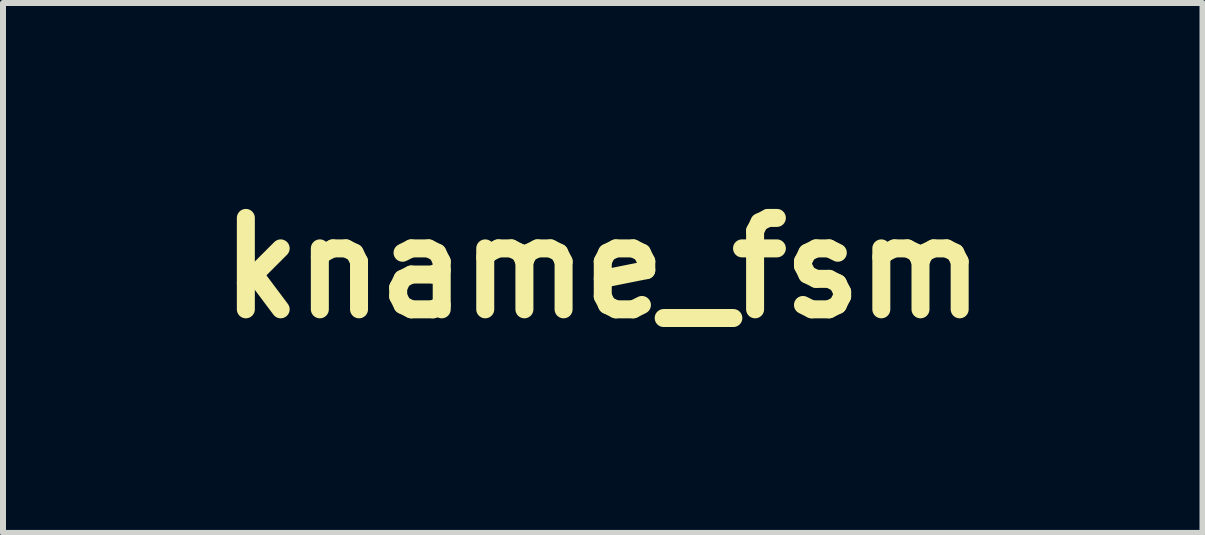
<source format=kicad_pcb>
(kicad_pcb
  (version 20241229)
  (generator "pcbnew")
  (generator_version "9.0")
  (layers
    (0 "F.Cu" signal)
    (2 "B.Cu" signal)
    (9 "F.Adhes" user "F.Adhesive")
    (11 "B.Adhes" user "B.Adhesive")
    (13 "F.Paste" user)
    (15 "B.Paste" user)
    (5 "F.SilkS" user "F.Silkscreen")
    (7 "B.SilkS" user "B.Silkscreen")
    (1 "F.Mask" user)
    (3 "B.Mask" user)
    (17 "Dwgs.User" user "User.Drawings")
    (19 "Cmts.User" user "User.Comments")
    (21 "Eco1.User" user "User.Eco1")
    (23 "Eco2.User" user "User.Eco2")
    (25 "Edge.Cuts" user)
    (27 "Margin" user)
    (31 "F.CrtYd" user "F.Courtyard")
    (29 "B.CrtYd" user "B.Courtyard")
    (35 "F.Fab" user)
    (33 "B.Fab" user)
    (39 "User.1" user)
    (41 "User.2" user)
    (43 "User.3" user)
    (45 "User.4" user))
  (footprint "kname_fsm"
    (layer "F.Cu")
    (at 7 1.418)
    (property "Reference" "kname_fsm" (at 0 0 0) (layer "F.SilkS") (effects (font (size 1.524 1.524) (thickness 0.3))))
    (attr board_only exclude_from_pos_files exclude_from_bom)
    (fp_poly (pts (xy -4.758 -0.6) (xy -4.903 -0.6) (xy -4.903 -0.782) (xy -4.758 -0.782)) (stroke (width 0) (type solid)) (fill yes) (layer "F.Mask"))
    (fp_poly (pts (xy -4.758 0.448) (xy -4.903 0.448) (xy -4.903 -0.436) (xy -4.758 -0.436)) (stroke (width 0) (type solid)) (fill yes) (layer "F.Mask"))
    (fp_poly (pts (xy 6.092 -0.457) (xy 6.116 -0.456) (xy 6.134 -0.455) (xy 6.141 -0.453) (xy 6.145 -0.45) (xy 6.148 -0.443) (xy 6.15 -0.431) (xy 6.151 -0.412) (xy 6.152 -0.382) (xy 6.152 -0.375) (xy 6.151 -0.344) (xy 6.151 -0.324) (xy 6.149 -0.312) (xy 6.147 -0.306) (xy 6.144 -0.305) (xy 6.141 -0.306) (xy 6.094 -0.321) (xy 6.044 -0.327) (xy 5.994 -0.325) (xy 5.947 -0.316) (xy 5.905 -0.299) (xy 5.882 -0.285) (xy 5.85 -0.254) (xy 5.823 -0.216) (xy 5.803 -0.174) (xy 5.8 -0.165) (xy 5.794 -0.144) (xy 5.789 -0.122) (xy 5.785 -0.097) (xy 5.782 -0.067) (xy 5.78 -0.032) (xy 5.778 0.009) (xy 5.777 0.059) (xy 5.776 0.117) (xy 5.776 0.186) (xy 5.776 0.217) (xy 5.776 0.448) (xy 5.63 0.448) (xy 5.63 -0.436) (xy 5.775 -0.436) (xy 5.779 -0.308) (xy 5.807 -0.344) (xy 5.847 -0.386) (xy 5.893 -0.418) (xy 5.947 -0.441) (xy 6.008 -0.454) (xy 6.064 -0.457)) (stroke (width 0) (type solid)) (fill yes) (layer "F.Mask"))
    (fp_poly (pts (xy -0.055 -0.06) (xy 0.14 -0.232) (xy 0.182 -0.269) (xy 0.222 -0.304) (xy 0.259 -0.336) (xy 0.291 -0.364) (xy 0.318 -0.388) (xy 0.338 -0.406) (xy 0.352 -0.417) (xy 0.355 -0.42) (xy 0.375 -0.437) (xy 0.466 -0.435) (xy 0.558 -0.433) (xy 0.327 -0.23) (xy 0.283 -0.191) (xy 0.241 -0.154) (xy 0.202 -0.12) (xy 0.169 -0.09) (xy 0.141 -0.064) (xy 0.119 -0.045) (xy 0.104 -0.031) (xy 0.097 -0.025) (xy 0.097 -0.024) (xy 0.101 -0.019) (xy 0.113 -0.007) (xy 0.133 0.012) (xy 0.159 0.037) (xy 0.19 0.068) (xy 0.226 0.103) (xy 0.266 0.142) (xy 0.31 0.183) (xy 0.336 0.209) (xy 0.381 0.252) (xy 0.423 0.293) (xy 0.462 0.33) (xy 0.496 0.364) (xy 0.525 0.392) (xy 0.549 0.415) (xy 0.565 0.432) (xy 0.574 0.442) (xy 0.576 0.444) (xy 0.57 0.445) (xy 0.554 0.447) (xy 0.531 0.448) (xy 0.501 0.448) (xy 0.485 0.448) (xy 0.393 0.448) (xy 0.169 0.233) (xy -0.054 0.017) (xy -0.056 0.231) (xy -0.058 0.445) (xy -0.128 0.447) (xy -0.156 0.447) (xy -0.179 0.447) (xy -0.195 0.446) (xy -0.202 0.445) (xy -0.202 0.438) (xy -0.203 0.42) (xy -0.204 0.392) (xy -0.204 0.354) (xy -0.204 0.307) (xy -0.205 0.252) (xy -0.205 0.19) (xy -0.206 0.122) (xy -0.206 0.047) (xy -0.206 -0.031) (xy -0.206 -0.114) (xy -0.206 -0.171) (xy -0.206 -0.782) (xy -0.055 -0.782)) (stroke (width 0) (type solid)) (fill yes) (layer "F.Mask"))
    (fp_poly (pts (xy -5.788 -0.31) (xy -5.738 -0.36) (xy -5.702 -0.393) (xy -5.668 -0.418) (xy -5.632 -0.436) (xy -5.592 -0.448) (xy -5.577 -0.452) (xy -5.514 -0.46) (xy -5.455 -0.458) (xy -5.399 -0.446) (xy -5.348 -0.424) (xy -5.303 -0.394) (xy -5.265 -0.355) (xy -5.238 -0.311) (xy -5.229 -0.295) (xy -5.222 -0.279) (xy -5.216 -0.264) (xy -5.211 -0.249) (xy -5.207 -0.231) (xy -5.204 -0.211) (xy -5.202 -0.186) (xy -5.2 -0.157) (xy -5.198 -0.121) (xy -5.197 -0.077) (xy -5.197 -0.025) (xy -5.196 0.036) (xy -5.196 0.109) (xy -5.195 0.126) (xy -5.193 0.448) (xy -5.339 0.448) (xy -5.341 0.141) (xy -5.341 0.072) (xy -5.342 0.014) (xy -5.342 -0.034) (xy -5.343 -0.074) (xy -5.343 -0.106) (xy -5.344 -0.131) (xy -5.345 -0.151) (xy -5.347 -0.166) (xy -5.349 -0.178) (xy -5.351 -0.188) (xy -5.353 -0.198) (xy -5.356 -0.207) (xy -5.376 -0.249) (xy -5.404 -0.284) (xy -5.438 -0.31) (xy -5.45 -0.316) (xy -5.481 -0.325) (xy -5.519 -0.33) (xy -5.559 -0.33) (xy -5.598 -0.326) (xy -5.622 -0.319) (xy -5.67 -0.297) (xy -5.71 -0.265) (xy -5.743 -0.224) (xy -5.768 -0.174) (xy -5.771 -0.164) (xy -5.774 -0.154) (xy -5.777 -0.145) (xy -5.779 -0.134) (xy -5.781 -0.121) (xy -5.782 -0.105) (xy -5.783 -0.084) (xy -5.784 -0.057) (xy -5.785 -0.024) (xy -5.785 0.018) (xy -5.786 0.069) (xy -5.786 0.13) (xy -5.787 0.162) (xy -5.789 0.448) (xy -5.933 0.448) (xy -5.933 -0.782) (xy -5.788 -0.782)) (stroke (width 0) (type solid)) (fill yes) (layer "F.Mask"))
    (fp_poly (pts (xy -2.476 -0.063) (xy -2.264 -0.25) (xy -2.052 -0.436) (xy -1.958 -0.436) (xy -1.922 -0.436) (xy -1.895 -0.435) (xy -1.877 -0.434) (xy -1.87 -0.432) (xy -1.87 -0.431) (xy -1.876 -0.426) (xy -1.889 -0.414) (xy -1.91 -0.395) (xy -1.938 -0.371) (xy -1.971 -0.342) (xy -2.008 -0.308) (xy -2.05 -0.272) (xy -2.094 -0.233) (xy -2.1 -0.228) (xy -2.144 -0.189) (xy -2.186 -0.152) (xy -2.223 -0.118) (xy -2.257 -0.089) (xy -2.284 -0.064) (xy -2.306 -0.045) (xy -2.32 -0.032) (xy -2.326 -0.026) (xy -2.326 -0.025) (xy -2.322 -0.02) (xy -2.31 -0.008) (xy -2.291 0.011) (xy -2.265 0.037) (xy -2.234 0.068) (xy -2.198 0.103) (xy -2.158 0.142) (xy -2.115 0.183) (xy -2.088 0.209) (xy -2.043 0.252) (xy -2.001 0.293) (xy -1.962 0.331) (xy -1.928 0.364) (xy -1.899 0.393) (xy -1.876 0.416) (xy -1.859 0.432) (xy -1.85 0.442) (xy -1.848 0.444) (xy -1.854 0.445) (xy -1.87 0.447) (xy -1.894 0.448) (xy -1.923 0.448) (xy -1.94 0.448) (xy -2.031 0.448) (xy -2.479 0.017) (xy -2.48 0.231) (xy -2.482 0.445) (xy -2.552 0.447) (xy -2.58 0.447) (xy -2.603 0.447) (xy -2.62 0.446) (xy -2.626 0.445) (xy -2.627 0.438) (xy -2.627 0.42) (xy -2.628 0.392) (xy -2.628 0.354) (xy -2.629 0.307) (xy -2.629 0.252) (xy -2.629 0.19) (xy -2.63 0.122) (xy -2.63 0.047) (xy -2.63 -0.031) (xy -2.63 -0.114) (xy -2.63 -0.171) (xy -2.63 -0.782) (xy -2.479 -0.782)) (stroke (width 0) (type solid)) (fill yes) (layer "F.Mask"))
    (fp_poly (pts (xy -1.605 -0.132) (xy -1.604 -0.063) (xy -1.604 -0.005) (xy -1.603 0.043) (xy -1.603 0.082) (xy -1.602 0.113) (xy -1.601 0.138) (xy -1.6 0.158) (xy -1.598 0.173) (xy -1.597 0.185) (xy -1.594 0.196) (xy -1.592 0.205) (xy -1.589 0.212) (xy -1.571 0.255) (xy -1.547 0.289) (xy -1.516 0.314) (xy -1.508 0.319) (xy -1.493 0.326) (xy -1.48 0.331) (xy -1.466 0.334) (xy -1.447 0.336) (xy -1.421 0.336) (xy -1.406 0.336) (xy -1.375 0.336) (xy -1.352 0.335) (xy -1.335 0.332) (xy -1.32 0.328) (xy -1.303 0.321) (xy -1.299 0.319) (xy -1.264 0.298) (xy -1.23 0.269) (xy -1.202 0.236) (xy -1.189 0.213) (xy -1.182 0.199) (xy -1.176 0.185) (xy -1.171 0.17) (xy -1.167 0.153) (xy -1.164 0.132) (xy -1.162 0.107) (xy -1.16 0.076) (xy -1.159 0.038) (xy -1.158 -0.008) (xy -1.158 -0.063) (xy -1.158 -0.129) (xy -1.158 -0.162) (xy -1.158 -0.436) (xy -1.012 -0.436) (xy -1.012 0.448) (xy -1.158 0.448) (xy -1.158 0.322) (xy -1.205 0.369) (xy -1.246 0.407) (xy -1.287 0.434) (xy -1.33 0.452) (xy -1.377 0.463) (xy -1.433 0.466) (xy -1.442 0.466) (xy -1.473 0.465) (xy -1.504 0.463) (xy -1.529 0.459) (xy -1.539 0.457) (xy -1.591 0.437) (xy -1.637 0.407) (xy -1.675 0.367) (xy -1.707 0.317) (xy -1.732 0.257) (xy -1.737 0.239) (xy -1.74 0.23) (xy -1.742 0.219) (xy -1.743 0.205) (xy -1.745 0.188) (xy -1.746 0.166) (xy -1.747 0.138) (xy -1.748 0.102) (xy -1.748 0.059) (xy -1.749 0.007) (xy -1.75 -0.056) (xy -1.75 -0.117) (xy -1.752 -0.436) (xy -1.607 -0.436)) (stroke (width 0) (type solid)) (fill yes) (layer "F.Mask"))
    (fp_poly (pts (xy 1.861 -0.098) (xy 1.885 -0.038) (xy 1.908 0.02) (xy 1.929 0.072) (xy 1.949 0.12) (xy 1.965 0.161) (xy 1.979 0.195) (xy 1.99 0.221) (xy 1.997 0.237) (xy 1.999 0.244) (xy 2.002 0.239) (xy 2.009 0.224) (xy 2.02 0.199) (xy 2.033 0.167) (xy 2.05 0.126) (xy 2.069 0.08) (xy 2.091 0.027) (xy 2.114 -0.03) (xy 2.138 -0.09) (xy 2.139 -0.094) (xy 2.276 -0.436) (xy 2.354 -0.436) (xy 2.387 -0.436) (xy 2.41 -0.435) (xy 2.423 -0.433) (xy 2.428 -0.431) (xy 2.429 -0.429) (xy 2.414 -0.392) (xy 2.396 -0.347) (xy 2.376 -0.296) (xy 2.353 -0.239) (xy 2.329 -0.178) (xy 2.302 -0.113) (xy 2.275 -0.045) (xy 2.247 0.024) (xy 2.218 0.094) (xy 2.19 0.164) (xy 2.162 0.232) (xy 2.135 0.299) (xy 2.109 0.362) (xy 2.085 0.42) (xy 2.062 0.474) (xy 2.043 0.522) (xy 2.026 0.562) (xy 2.012 0.594) (xy 2.002 0.618) (xy 1.996 0.631) (xy 1.996 0.632) (xy 1.969 0.678) (xy 1.942 0.713) (xy 1.913 0.74) (xy 1.88 0.76) (xy 1.878 0.761) (xy 1.862 0.768) (xy 1.849 0.772) (xy 1.834 0.776) (xy 1.816 0.778) (xy 1.791 0.779) (xy 1.758 0.78) (xy 1.744 0.781) (xy 1.648 0.783) (xy 1.648 0.662) (xy 1.717 0.659) (xy 1.754 0.657) (xy 1.781 0.653) (xy 1.802 0.647) (xy 1.819 0.637) (xy 1.834 0.624) (xy 1.837 0.62) (xy 1.853 0.599) (xy 1.871 0.566) (xy 1.891 0.523) (xy 1.908 0.481) (xy 1.928 0.432) (xy 1.759 0.021) (xy 1.731 -0.047) (xy 1.704 -0.112) (xy 1.679 -0.172) (xy 1.656 -0.229) (xy 1.635 -0.279) (xy 1.617 -0.323) (xy 1.602 -0.359) (xy 1.591 -0.387) (xy 1.583 -0.406) (xy 1.58 -0.414) (xy 1.57 -0.436) (xy 1.726 -0.436)) (stroke (width 0) (type solid)) (fill yes) (layer "F.Mask"))
    (fp_poly (pts (xy 2.776 -0.314) (xy 2.799 -0.344) (xy 2.839 -0.387) (xy 2.884 -0.419) (xy 2.935 -0.441) (xy 2.973 -0.451) (xy 3.038 -0.46) (xy 3.103 -0.456) (xy 3.164 -0.442) (xy 3.207 -0.424) (xy 3.251 -0.396) (xy 3.292 -0.357) (xy 3.329 -0.311) (xy 3.361 -0.258) (xy 3.386 -0.201) (xy 3.393 -0.181) (xy 3.407 -0.119) (xy 3.415 -0.05) (xy 3.416 0.021) (xy 3.411 0.093) (xy 3.4 0.161) (xy 3.382 0.222) (xy 3.378 0.235) (xy 3.349 0.293) (xy 3.312 0.345) (xy 3.269 0.39) (xy 3.22 0.425) (xy 3.168 0.451) (xy 3.143 0.458) (xy 3.114 0.463) (xy 3.078 0.466) (xy 3.038 0.466) (xy 2.999 0.464) (xy 2.964 0.459) (xy 2.948 0.455) (xy 2.926 0.448) (xy 2.907 0.441) (xy 2.897 0.437) (xy 2.869 0.419) (xy 2.84 0.396) (xy 2.814 0.372) (xy 2.799 0.354) (xy 2.779 0.326) (xy 2.773 0.445) (xy 2.698 0.447) (xy 2.624 0.449) (xy 2.624 -0.023) (xy 2.776 -0.023) (xy 2.776 0.028) (xy 2.78 0.078) (xy 2.786 0.124) (xy 2.795 0.163) (xy 2.796 0.167) (xy 2.818 0.219) (xy 2.847 0.263) (xy 2.881 0.299) (xy 2.921 0.325) (xy 2.948 0.336) (xy 2.985 0.343) (xy 3.027 0.344) (xy 3.069 0.339) (xy 3.106 0.329) (xy 3.116 0.325) (xy 3.157 0.299) (xy 3.192 0.263) (xy 3.221 0.216) (xy 3.244 0.16) (xy 3.25 0.14) (xy 3.256 0.105) (xy 3.261 0.062) (xy 3.263 0.015) (xy 3.263 -0.033) (xy 3.26 -0.078) (xy 3.254 -0.115) (xy 3.252 -0.124) (xy 3.233 -0.183) (xy 3.207 -0.233) (xy 3.174 -0.274) (xy 3.135 -0.304) (xy 3.09 -0.325) (xy 3.04 -0.334) (xy 2.986 -0.333) (xy 2.981 -0.332) (xy 2.934 -0.32) (xy 2.892 -0.297) (xy 2.856 -0.264) (xy 2.825 -0.222) (xy 2.801 -0.171) (xy 2.784 -0.112) (xy 2.778 -0.071) (xy 2.776 -0.023) (xy 2.624 -0.023) (xy 2.624 -0.782) (xy 2.776 -0.782)) (stroke (width 0) (type solid)) (fill yes) (layer "F.Mask"))
    (fp_poly (pts (xy 7 0.448) (xy 6.855 0.448) (xy 6.854 0.383) (xy 6.854 0.355) (xy 6.853 0.337) (xy 6.852 0.328) (xy 6.85 0.326) (xy 6.846 0.33) (xy 6.844 0.333) (xy 6.806 0.378) (xy 6.761 0.415) (xy 6.71 0.443) (xy 6.669 0.457) (xy 6.639 0.463) (xy 6.602 0.466) (xy 6.561 0.466) (xy 6.522 0.464) (xy 6.489 0.459) (xy 6.479 0.457) (xy 6.439 0.443) (xy 6.402 0.422) (xy 6.364 0.393) (xy 6.339 0.37) (xy 6.314 0.344) (xy 6.296 0.321) (xy 6.28 0.296) (xy 6.265 0.267) (xy 6.249 0.232) (xy 6.237 0.202) (xy 6.228 0.173) (xy 6.222 0.144) (xy 6.218 0.111) (xy 6.216 0.073) (xy 6.215 0.025) (xy 6.215 0.011) (xy 6.364 0.011) (xy 6.365 0.059) (xy 6.369 0.101) (xy 6.373 0.126) (xy 6.39 0.185) (xy 6.414 0.236) (xy 6.446 0.278) (xy 6.484 0.31) (xy 6.528 0.333) (xy 6.537 0.336) (xy 6.573 0.343) (xy 6.614 0.344) (xy 6.656 0.339) (xy 6.694 0.329) (xy 6.704 0.325) (xy 6.743 0.3) (xy 6.778 0.264) (xy 6.808 0.22) (xy 6.831 0.167) (xy 6.84 0.136) (xy 6.846 0.105) (xy 6.85 0.064) (xy 6.851 0.019) (xy 6.851 -0.027) (xy 6.848 -0.07) (xy 6.844 -0.108) (xy 6.84 -0.124) (xy 6.821 -0.183) (xy 6.795 -0.233) (xy 6.762 -0.274) (xy 6.723 -0.304) (xy 6.678 -0.325) (xy 6.629 -0.334) (xy 6.574 -0.333) (xy 6.569 -0.332) (xy 6.523 -0.32) (xy 6.48 -0.297) (xy 6.444 -0.264) (xy 6.413 -0.222) (xy 6.389 -0.172) (xy 6.373 -0.116) (xy 6.368 -0.08) (xy 6.365 -0.036) (xy 6.364 0.011) (xy 6.215 0.011) (xy 6.215 0.003) (xy 6.216 -0.04) (xy 6.216 -0.074) (xy 6.218 -0.101) (xy 6.22 -0.122) (xy 6.223 -0.14) (xy 6.227 -0.158) (xy 6.229 -0.166) (xy 6.253 -0.235) (xy 6.285 -0.295) (xy 6.324 -0.347) (xy 6.369 -0.39) (xy 6.42 -0.423) (xy 6.476 -0.446) (xy 6.537 -0.458) (xy 6.545 -0.459) (xy 6.609 -0.458) (xy 6.669 -0.447) (xy 6.724 -0.427) (xy 6.774 -0.397) (xy 6.816 -0.358) (xy 6.83 -0.34) (xy 6.855 -0.308) (xy 6.855 -0.782) (xy 7 -0.782)) (stroke (width 0) (type solid)) (fill yes) (layer "F.Mask"))
    (fp_poly (pts (xy 1.089 -0.458) (xy 1.133 -0.452) (xy 1.197 -0.435) (xy 1.255 -0.406) (xy 1.306 -0.369) (xy 1.35 -0.322) (xy 1.386 -0.268) (xy 1.412 -0.207) (xy 1.421 -0.176) (xy 1.425 -0.154) (xy 1.429 -0.125) (xy 1.432 -0.09) (xy 1.434 -0.053) (xy 1.435 -0.047) (xy 1.438 0.042) (xy 0.769 0.042) (xy 0.773 0.074) (xy 0.779 0.106) (xy 0.789 0.141) (xy 0.801 0.176) (xy 0.814 0.206) (xy 0.821 0.219) (xy 0.855 0.261) (xy 0.897 0.295) (xy 0.947 0.32) (xy 1.004 0.336) (xy 1.067 0.344) (xy 1.136 0.342) (xy 1.155 0.34) (xy 1.209 0.332) (xy 1.257 0.32) (xy 1.306 0.304) (xy 1.333 0.293) (xy 1.364 0.28) (xy 1.384 0.272) (xy 1.397 0.27) (xy 1.404 0.275) (xy 1.406 0.287) (xy 1.406 0.309) (xy 1.405 0.334) (xy 1.403 0.403) (xy 1.336 0.426) (xy 1.302 0.436) (xy 1.265 0.446) (xy 1.229 0.454) (xy 1.212 0.457) (xy 1.176 0.462) (xy 1.133 0.465) (xy 1.088 0.466) (xy 1.043 0.466) (xy 1.002 0.464) (xy 0.968 0.46) (xy 0.954 0.458) (xy 0.884 0.437) (xy 0.821 0.406) (xy 0.765 0.365) (xy 0.716 0.316) (xy 0.676 0.259) (xy 0.646 0.195) (xy 0.632 0.152) (xy 0.626 0.123) (xy 0.623 0.085) (xy 0.621 0.042) (xy 0.621 -0.004) (xy 0.622 -0.049) (xy 0.625 -0.091) (xy 0.626 -0.096) (xy 0.776 -0.096) (xy 0.777 -0.088) (xy 0.781 -0.083) (xy 0.79 -0.078) (xy 0.804 -0.076) (xy 0.825 -0.074) (xy 0.853 -0.073) (xy 0.89 -0.073) (xy 0.936 -0.073) (xy 0.993 -0.073) (xy 1.03 -0.073) (xy 1.094 -0.073) (xy 1.146 -0.073) (xy 1.188 -0.073) (xy 1.221 -0.074) (xy 1.246 -0.074) (xy 1.264 -0.075) (xy 1.276 -0.077) (xy 1.284 -0.078) (xy 1.288 -0.08) (xy 1.289 -0.082) (xy 1.289 -0.092) (xy 1.288 -0.11) (xy 1.285 -0.131) (xy 1.27 -0.186) (xy 1.247 -0.234) (xy 1.216 -0.272) (xy 1.177 -0.301) (xy 1.131 -0.321) (xy 1.078 -0.331) (xy 1.066 -0.332) (xy 1.004 -0.33) (xy 0.949 -0.318) (xy 0.9 -0.297) (xy 0.859 -0.266) (xy 0.825 -0.227) (xy 0.799 -0.178) (xy 0.785 -0.132) (xy 0.781 -0.117) (xy 0.778 -0.106) (xy 0.776 -0.096) (xy 0.626 -0.096) (xy 0.63 -0.126) (xy 0.632 -0.135) (xy 0.654 -0.202) (xy 0.685 -0.263) (xy 0.724 -0.318) (xy 0.772 -0.365) (xy 0.826 -0.404) (xy 0.885 -0.432) (xy 0.926 -0.445) (xy 0.977 -0.455) (xy 1.034 -0.459)) (stroke (width 0) (type solid)) (fill yes) (layer "F.Mask"))
    (fp_poly (pts (xy 4.036 -0.457) (xy 4.063 -0.456) (xy 4.085 -0.454) (xy 4.103 -0.45) (xy 4.122 -0.445) (xy 4.137 -0.441) (xy 4.198 -0.414) (xy 4.252 -0.378) (xy 4.299 -0.333) (xy 4.338 -0.279) (xy 4.369 -0.216) (xy 4.389 -0.153) (xy 4.394 -0.132) (xy 4.398 -0.111) (xy 4.4 -0.089) (xy 4.402 -0.064) (xy 4.402 -0.031) (xy 4.402 0.009) (xy 4.402 0.051) (xy 4.401 0.084) (xy 4.399 0.11) (xy 4.397 0.132) (xy 4.393 0.152) (xy 4.389 0.167) (xy 4.365 0.236) (xy 4.333 0.298) (xy 4.293 0.35) (xy 4.246 0.393) (xy 4.191 0.427) (xy 4.13 0.451) (xy 4.118 0.455) (xy 4.075 0.462) (xy 4.026 0.466) (xy 3.975 0.466) (xy 3.925 0.463) (xy 3.883 0.455) (xy 3.88 0.454) (xy 3.819 0.432) (xy 3.763 0.4) (xy 3.715 0.358) (xy 3.674 0.309) (xy 3.649 0.266) (xy 3.632 0.228) (xy 3.619 0.194) (xy 3.609 0.16) (xy 3.603 0.123) (xy 3.599 0.081) (xy 3.598 0.031) (xy 3.598 0.009) (xy 3.598 0.000341) (xy 3.751 0.000341) (xy 3.752 0.047) (xy 3.755 0.091) (xy 3.761 0.124) (xy 3.777 0.178) (xy 3.8 0.227) (xy 3.83 0.268) (xy 3.865 0.301) (xy 3.892 0.319) (xy 3.923 0.333) (xy 3.952 0.34) (xy 3.984 0.343) (xy 4.015 0.342) (xy 4.047 0.339) (xy 4.072 0.333) (xy 4.097 0.323) (xy 4.101 0.321) (xy 4.143 0.294) (xy 4.179 0.257) (xy 4.208 0.211) (xy 4.229 0.157) (xy 4.239 0.12) (xy 4.244 0.083) (xy 4.247 0.039) (xy 4.248 -0.008) (xy 4.246 -0.054) (xy 4.242 -0.095) (xy 4.239 -0.112) (xy 4.223 -0.166) (xy 4.2 -0.215) (xy 4.17 -0.258) (xy 4.135 -0.292) (xy 4.098 -0.314) (xy 4.081 -0.322) (xy 4.065 -0.326) (xy 4.047 -0.329) (xy 4.023 -0.33) (xy 4 -0.33) (xy 3.97 -0.33) (xy 3.948 -0.328) (xy 3.931 -0.325) (xy 3.915 -0.32) (xy 3.902 -0.314) (xy 3.859 -0.288) (xy 3.823 -0.251) (xy 3.794 -0.204) (xy 3.771 -0.149) (xy 3.763 -0.123) (xy 3.757 -0.088) (xy 3.753 -0.046) (xy 3.751 0.000341) (xy 3.598 0.000341) (xy 3.598 -0.033) (xy 3.598 -0.066) (xy 3.6 -0.092) (xy 3.602 -0.113) (xy 3.606 -0.134) (xy 3.611 -0.153) (xy 3.634 -0.223) (xy 3.665 -0.284) (xy 3.705 -0.337) (xy 3.705 -0.337) (xy 3.752 -0.381) (xy 3.802 -0.414) (xy 3.858 -0.439) (xy 3.863 -0.441) (xy 3.884 -0.447) (xy 3.903 -0.452) (xy 3.922 -0.454) (xy 3.945 -0.456) (xy 3.974 -0.457) (xy 4 -0.457)) (stroke (width 0) (type solid)) (fill yes) (layer "F.Mask"))
    (fp_poly (pts (xy -4.098 -0.455) (xy -4.041 -0.451) (xy -3.991 -0.443) (xy -3.944 -0.431) (xy -3.927 -0.425) (xy -3.894 -0.414) (xy -3.892 -0.343) (xy -3.891 -0.272) (xy -3.913 -0.284) (xy -3.972 -0.307) (xy -4.038 -0.324) (xy -4.109 -0.333) (xy -4.154 -0.335) (xy -4.209 -0.333) (xy -4.253 -0.327) (xy -4.289 -0.317) (xy -4.319 -0.301) (xy -4.32 -0.3) (xy -4.347 -0.277) (xy -4.363 -0.25) (xy -4.369 -0.216) (xy -4.37 -0.206) (xy -4.368 -0.182) (xy -4.362 -0.162) (xy -4.352 -0.145) (xy -4.335 -0.13) (xy -4.311 -0.115) (xy -4.279 -0.102) (xy -4.237 -0.089) (xy -4.185 -0.074) (xy -4.157 -0.067) (xy -4.102 -0.053) (xy -4.056 -0.04) (xy -4.019 -0.028) (xy -3.989 -0.017) (xy -3.964 -0.005) (xy -3.943 0.008) (xy -3.938 0.011) (xy -3.901 0.042) (xy -3.874 0.077) (xy -3.856 0.12) (xy -3.847 0.157) (xy -3.844 0.205) (xy -3.849 0.254) (xy -3.863 0.299) (xy -3.871 0.316) (xy -3.898 0.355) (xy -3.936 0.39) (xy -3.981 0.419) (xy -4.031 0.442) (xy -4.086 0.457) (xy -4.087 0.458) (xy -4.121 0.462) (xy -4.164 0.465) (xy -4.211 0.466) (xy -4.258 0.465) (xy -4.303 0.462) (xy -4.341 0.458) (xy -4.348 0.457) (xy -4.379 0.451) (xy -4.414 0.443) (xy -4.448 0.435) (xy -4.478 0.427) (xy -4.5 0.42) (xy -4.506 0.418) (xy -4.512 0.415) (xy -4.517 0.411) (xy -4.519 0.404) (xy -4.521 0.39) (xy -4.521 0.369) (xy -4.521 0.34) (xy -4.521 0.306) (xy -4.519 0.282) (xy -4.517 0.269) (xy -4.515 0.267) (xy -4.506 0.269) (xy -4.491 0.276) (xy -4.48 0.281) (xy -4.424 0.305) (xy -4.362 0.324) (xy -4.298 0.337) (xy -4.235 0.344) (xy -4.175 0.345) (xy -4.127 0.339) (xy -4.087 0.328) (xy -4.053 0.312) (xy -4.026 0.292) (xy -4.014 0.278) (xy -3.999 0.246) (xy -3.995 0.209) (xy -4 0.173) (xy -4.003 0.166) (xy -4.011 0.149) (xy -4.023 0.133) (xy -4.04 0.119) (xy -4.063 0.107) (xy -4.092 0.095) (xy -4.131 0.083) (xy -4.179 0.07) (xy -4.218 0.06) (xy -4.274 0.046) (xy -4.32 0.033) (xy -4.357 0.021) (xy -4.388 0.008) (xy -4.413 -0.005) (xy -4.434 -0.021) (xy -4.453 -0.038) (xy -4.456 -0.041) (xy -4.483 -0.077) (xy -4.502 -0.121) (xy -4.512 -0.168) (xy -4.513 -0.218) (xy -4.505 -0.268) (xy -4.487 -0.316) (xy -4.483 -0.323) (xy -4.461 -0.357) (xy -4.431 -0.386) (xy -4.392 -0.412) (xy -4.383 -0.417) (xy -4.352 -0.431) (xy -4.321 -0.442) (xy -4.288 -0.45) (xy -4.249 -0.454) (xy -4.203 -0.457) (xy -4.164 -0.457)) (stroke (width 0) (type solid)) (fill yes) (layer "F.Mask"))
    (fp_poly (pts (xy -3.26 -0.456) (xy -3.223 -0.454) (xy -3.194 -0.451) (xy -3.174 -0.447) (xy -3.115 -0.427) (xy -3.063 -0.398) (xy -3.019 -0.361) (xy -2.983 -0.316) (xy -2.967 -0.289) (xy -2.958 -0.271) (xy -2.951 -0.254) (xy -2.945 -0.238) (xy -2.939 -0.221) (xy -2.935 -0.203) (xy -2.932 -0.182) (xy -2.929 -0.157) (xy -2.927 -0.126) (xy -2.926 -0.089) (xy -2.925 -0.045) (xy -2.924 0.008) (xy -2.923 0.072) (xy -2.923 0.141) (xy -2.921 0.448) (xy -3.067 0.448) (xy -3.067 0.313) (xy -3.084 0.337) (xy -3.124 0.383) (xy -3.171 0.419) (xy -3.226 0.445) (xy -3.263 0.457) (xy -3.292 0.462) (xy -3.328 0.465) (xy -3.368 0.466) (xy -3.407 0.465) (xy -3.443 0.462) (xy -3.471 0.457) (xy -3.472 0.457) (xy -3.523 0.437) (xy -3.569 0.408) (xy -3.607 0.371) (xy -3.637 0.327) (xy -3.657 0.277) (xy -3.661 0.261) (xy -3.665 0.228) (xy -3.666 0.189) (xy -3.666 0.187) (xy -3.52 0.187) (xy -3.52 0.196) (xy -3.511 0.24) (xy -3.493 0.277) (xy -3.465 0.306) (xy -3.429 0.328) (xy -3.385 0.341) (xy -3.336 0.345) (xy -3.309 0.344) (xy -3.281 0.341) (xy -3.262 0.337) (xy -3.213 0.318) (xy -3.17 0.288) (xy -3.133 0.25) (xy -3.104 0.203) (xy -3.083 0.149) (xy -3.081 0.145) (xy -3.077 0.123) (xy -3.073 0.095) (xy -3.069 0.065) (xy -3.069 0.056) (xy -3.065 0) (xy -3.146 0.000052) (xy -3.211 0.001) (xy -3.272 0.004) (xy -3.326 0.01) (xy -3.372 0.016) (xy -3.409 0.025) (xy -3.409 0.025) (xy -3.45 0.042) (xy -3.482 0.068) (xy -3.505 0.1) (xy -3.518 0.14) (xy -3.52 0.187) (xy -3.666 0.187) (xy -3.664 0.148) (xy -3.659 0.11) (xy -3.651 0.078) (xy -3.649 0.071) (xy -3.624 0.024) (xy -3.59 -0.017) (xy -3.546 -0.051) (xy -3.494 -0.077) (xy -3.481 -0.082) (xy -3.456 -0.09) (xy -3.431 -0.096) (xy -3.404 -0.102) (xy -3.374 -0.106) (xy -3.339 -0.109) (xy -3.296 -0.111) (xy -3.244 -0.113) (xy -3.213 -0.113) (xy -3.065 -0.117) (xy -3.069 -0.148) (xy -3.08 -0.198) (xy -3.1 -0.241) (xy -3.13 -0.276) (xy -3.169 -0.303) (xy -3.216 -0.322) (xy -3.241 -0.328) (xy -3.291 -0.333) (xy -3.347 -0.333) (xy -3.406 -0.327) (xy -3.465 -0.315) (xy -3.52 -0.3) (xy -3.557 -0.285) (xy -3.577 -0.276) (xy -3.592 -0.269) (xy -3.601 -0.267) (xy -3.601 -0.267) (xy -3.603 -0.272) (xy -3.605 -0.288) (xy -3.606 -0.31) (xy -3.606 -0.333) (xy -3.606 -0.399) (xy -3.547 -0.417) (xy -3.499 -0.432) (xy -3.458 -0.443) (xy -3.42 -0.45) (xy -3.382 -0.454) (xy -3.34 -0.456) (xy -3.306 -0.457)) (stroke (width 0) (type solid)) (fill yes) (layer "F.Mask"))
    (fp_poly (pts (xy -6.576 -0.748) (xy -6.521 -0.748) (xy -6.474 -0.746) (xy -6.434 -0.742) (xy -6.395 -0.736) (xy -6.356 -0.727) (xy -6.312 -0.716) (xy -6.288 -0.709) (xy -6.242 -0.695) (xy -6.242 -0.617) (xy -6.243 -0.588) (xy -6.243 -0.564) (xy -6.244 -0.547) (xy -6.244 -0.54) (xy -6.244 -0.539) (xy -6.25 -0.542) (xy -6.265 -0.548) (xy -6.285 -0.556) (xy -6.294 -0.56) (xy -6.372 -0.589) (xy -6.449 -0.609) (xy -6.524 -0.62) (xy -6.595 -0.622) (xy -6.627 -0.619) (xy -6.674 -0.612) (xy -6.712 -0.601) (xy -6.744 -0.587) (xy -6.771 -0.568) (xy -6.788 -0.552) (xy -6.811 -0.525) (xy -6.826 -0.499) (xy -6.834 -0.469) (xy -6.836 -0.433) (xy -6.835 -0.417) (xy -6.831 -0.383) (xy -6.823 -0.354) (xy -6.809 -0.33) (xy -6.788 -0.309) (xy -6.759 -0.292) (xy -6.721 -0.277) (xy -6.674 -0.263) (xy -6.624 -0.252) (xy -6.554 -0.236) (xy -6.495 -0.222) (xy -6.445 -0.209) (xy -6.403 -0.196) (xy -6.368 -0.183) (xy -6.338 -0.168) (xy -6.312 -0.153) (xy -6.289 -0.136) (xy -6.266 -0.116) (xy -6.259 -0.109) (xy -6.227 -0.072) (xy -6.203 -0.034) (xy -6.187 0.008) (xy -6.179 0.04) (xy -6.17 0.106) (xy -6.172 0.169) (xy -6.184 0.228) (xy -6.206 0.282) (xy -6.237 0.331) (xy -6.276 0.372) (xy -6.324 0.406) (xy -6.341 0.415) (xy -6.376 0.431) (xy -6.409 0.443) (xy -6.442 0.451) (xy -6.478 0.457) (xy -6.52 0.461) (xy -6.57 0.463) (xy -6.597 0.464) (xy -6.636 0.464) (xy -6.673 0.464) (xy -6.706 0.463) (xy -6.733 0.462) (xy -6.748 0.46) (xy -6.782 0.454) (xy -6.823 0.445) (xy -6.867 0.434) (xy -6.909 0.423) (xy -6.944 0.412) (xy -6.948 0.41) (xy -6.991 0.396) (xy -6.993 0.313) (xy -6.994 0.23) (xy -6.947 0.254) (xy -6.865 0.29) (xy -6.786 0.316) (xy -6.706 0.331) (xy -6.625 0.336) (xy -6.621 0.336) (xy -6.557 0.333) (xy -6.503 0.325) (xy -6.457 0.31) (xy -6.419 0.289) (xy -6.386 0.261) (xy -6.381 0.255) (xy -6.358 0.221) (xy -6.344 0.182) (xy -6.339 0.139) (xy -6.342 0.097) (xy -6.353 0.056) (xy -6.373 0.021) (xy -6.39 0.001) (xy -6.411 -0.016) (xy -6.432 -0.03) (xy -6.456 -0.043) (xy -6.486 -0.054) (xy -6.522 -0.064) (xy -6.566 -0.075) (xy -6.614 -0.085) (xy -6.682 -0.1) (xy -6.739 -0.114) (xy -6.787 -0.13) (xy -6.828 -0.146) (xy -6.863 -0.165) (xy -6.894 -0.186) (xy -6.916 -0.205) (xy -6.951 -0.244) (xy -6.977 -0.289) (xy -6.993 -0.341) (xy -7 -0.4) (xy -7 -0.421) (xy -6.994 -0.484) (xy -6.978 -0.542) (xy -6.952 -0.593) (xy -6.915 -0.639) (xy -6.906 -0.647) (xy -6.86 -0.684) (xy -6.808 -0.713) (xy -6.748 -0.735) (xy -6.731 -0.739) (xy -6.714 -0.743) (xy -6.696 -0.745) (xy -6.676 -0.747) (xy -6.649 -0.748) (xy -6.615 -0.748)) (stroke (width 0) (type solid)) (fill yes) (layer "F.Mask"))
    (fp_poly (pts (xy 5.002 -0.456) (xy 5.036 -0.455) (xy 5.064 -0.451) (xy 5.085 -0.447) (xy 5.146 -0.425) (xy 5.198 -0.396) (xy 5.242 -0.36) (xy 5.277 -0.314) (xy 5.305 -0.259) (xy 5.323 -0.208) (xy 5.325 -0.197) (xy 5.328 -0.186) (xy 5.33 -0.173) (xy 5.332 -0.159) (xy 5.333 -0.141) (xy 5.334 -0.119) (xy 5.335 -0.091) (xy 5.336 -0.056) (xy 5.337 -0.013) (xy 5.337 0.039) (xy 5.338 0.101) (xy 5.338 0.144) (xy 5.34 0.448) (xy 5.194 0.448) (xy 5.194 0.314) (xy 5.171 0.343) (xy 5.132 0.386) (xy 5.089 0.419) (xy 5.042 0.443) (xy 4.988 0.458) (xy 4.927 0.465) (xy 4.888 0.466) (xy 4.856 0.465) (xy 4.825 0.463) (xy 4.8 0.459) (xy 4.789 0.457) (xy 4.741 0.439) (xy 4.697 0.414) (xy 4.66 0.382) (xy 4.637 0.352) (xy 4.614 0.306) (xy 4.599 0.255) (xy 4.592 0.201) (xy 4.593 0.161) (xy 4.741 0.161) (xy 4.742 0.21) (xy 4.752 0.25) (xy 4.772 0.284) (xy 4.802 0.311) (xy 4.843 0.332) (xy 4.858 0.337) (xy 4.883 0.342) (xy 4.916 0.344) (xy 4.953 0.342) (xy 4.989 0.337) (xy 5.02 0.33) (xy 5.026 0.327) (xy 5.059 0.31) (xy 5.093 0.285) (xy 5.096 0.282) (xy 5.133 0.24) (xy 5.161 0.191) (xy 5.179 0.136) (xy 5.188 0.073) (xy 5.189 0.054) (xy 5.191 0.003) (xy 5.121 0.001) (xy 5.079 0.001) (xy 5.034 0.002) (xy 4.988 0.005) (xy 4.944 0.009) (xy 4.905 0.013) (xy 4.874 0.018) (xy 4.86 0.022) (xy 4.817 0.038) (xy 4.784 0.059) (xy 4.761 0.086) (xy 4.747 0.12) (xy 4.741 0.161) (xy 4.593 0.161) (xy 4.594 0.146) (xy 4.603 0.094) (xy 4.621 0.047) (xy 4.636 0.021) (xy 4.662 -0.011) (xy 4.692 -0.038) (xy 4.726 -0.06) (xy 4.768 -0.078) (xy 4.816 -0.093) (xy 4.872 -0.103) (xy 4.937 -0.11) (xy 5.013 -0.114) (xy 5.089 -0.115) (xy 5.129 -0.115) (xy 5.158 -0.116) (xy 5.177 -0.117) (xy 5.188 -0.119) (xy 5.193 -0.122) (xy 5.194 -0.123) (xy 5.193 -0.133) (xy 5.19 -0.151) (xy 5.187 -0.167) (xy 5.174 -0.214) (xy 5.151 -0.253) (xy 5.118 -0.285) (xy 5.076 -0.31) (xy 5.062 -0.316) (xy 5.047 -0.322) (xy 5.034 -0.325) (xy 5.018 -0.328) (xy 4.998 -0.329) (xy 4.97 -0.33) (xy 4.934 -0.33) (xy 4.93 -0.33) (xy 4.892 -0.329) (xy 4.863 -0.328) (xy 4.84 -0.327) (xy 4.82 -0.324) (xy 4.801 -0.319) (xy 4.78 -0.313) (xy 4.752 -0.304) (xy 4.724 -0.293) (xy 4.702 -0.284) (xy 4.697 -0.282) (xy 4.679 -0.273) (xy 4.666 -0.268) (xy 4.661 -0.267) (xy 4.658 -0.273) (xy 4.656 -0.289) (xy 4.655 -0.316) (xy 4.655 -0.333) (xy 4.655 -0.399) (xy 4.711 -0.417) (xy 4.765 -0.433) (xy 4.812 -0.445) (xy 4.858 -0.452) (xy 4.905 -0.456) (xy 4.958 -0.457)) (stroke (width 0) (type solid)) (fill yes) (layer "F.Mask")))
  (gr_rect
    (start -3 -3)
    (end 17 5.836)
    (stroke (width 0.1) (type default))
    (fill no)
    (layer "Edge.Cuts")))
</source>
